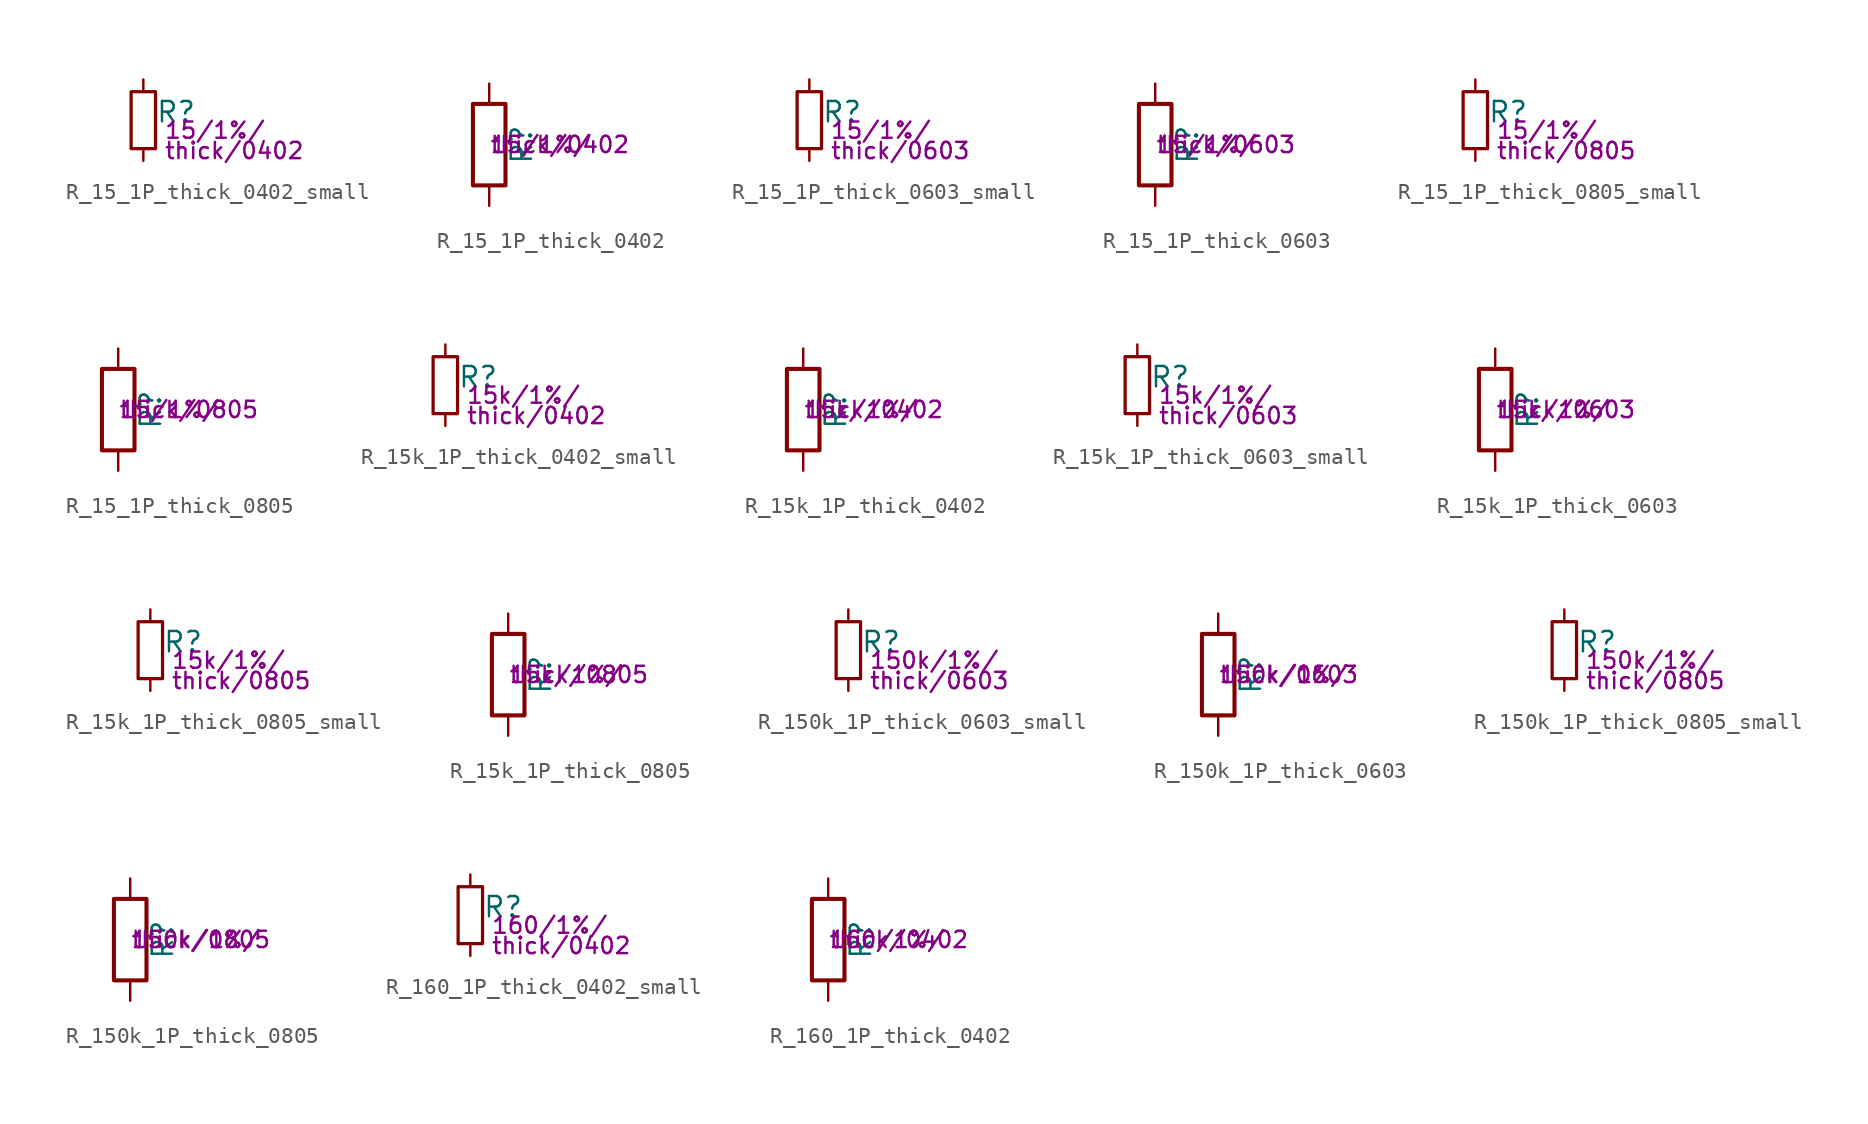
<source format=kicad_sym>
(kicad_symbol_lib
  (version 20211014)
  (generator kicad_symbol_editor)
  (symbol "R_15_1P_thick_0402_small"
    (pin_numbers hide)
    (pin_names
      (offset 0.254) hide)
    (property "Reference" "R"
      (at 0.762 0.508 0)
      (effects (font (size 1.27 1.27)) (justify left)))
    (property "Params" "15/1%/"
      (at 1.27 -0.635 0)
      (effects (font (size 1.016 1.016)) (justify left)))
    (property "Params2" "thick/0402"
      (at 1.27 -1.905 0)
      (effects (font (size 1.016 1.016)) (justify left)))
    (symbol "R_15_1P_thick_0402_small_0_1"
      (rectangle (start -0.762 1.778) (end 0.762 -1.778) (stroke (width 0.203) (type default) (color 0 0 0 0)) (fill (type none))))
    (symbol "R_15_1P_thick_0402_small_1_1"
      (pin passive line (at 0 2.54 270) (length 0.762) (name "~" (effects (font (size 1.27 1.27)))) (number "1" (effects (font (size 1.27 1.27)))))
      (pin passive line (at 0 -2.54 90) (length 0.762) (name "~" (effects (font (size 1.27 1.27)))) (number "2" (effects (font (size 1.27 1.27)))))))
  (symbol "R_15_1P_thick_0402"
    (pin_numbers hide)
    (pin_names
      (offset 0))
    (property "Reference" "R"
      (at 2.032 0 90)
      (effects (font (size 1.27 1.27))))
    (property "Params" "15/1%/"
      (at 0 0 0)
      (effects (font (size 1.016 1.016)) (justify left)))
    (property "Params2" "thick/0402"
      (at 0 0 0)
      (effects (font (size 1.016 1.016)) (justify left)))
    (symbol "R_15_1P_thick_0402_0_1"
      (rectangle (start -1.016 -2.54) (end 1.016 2.54) (stroke (width 0.254) (type default) (color 0 0 0 0)) (fill (type none))))
    (symbol "R_15_1P_thick_0402_1_1"
      (pin passive line (at 0 3.81 270) (length 1.27) (name "~" (effects (font (size 1.27 1.27)))) (number "1" (effects (font (size 1.27 1.27)))))
      (pin passive line (at 0 -3.81 90) (length 1.27) (name "~" (effects (font (size 1.27 1.27)))) (number "2" (effects (font (size 1.27 1.27)))))))
  (symbol "R_15_1P_thick_0603_small"
    (pin_numbers hide)
    (pin_names
      (offset 0.254) hide)
    (property "Reference" "R"
      (at 0.762 0.508 0)
      (effects (font (size 1.27 1.27)) (justify left)))
    (property "Params" "15/1%/"
      (at 1.27 -0.635 0)
      (effects (font (size 1.016 1.016)) (justify left)))
    (property "Params2" "thick/0603"
      (at 1.27 -1.905 0)
      (effects (font (size 1.016 1.016)) (justify left)))
    (symbol "R_15_1P_thick_0603_small_0_1"
      (rectangle (start -0.762 1.778) (end 0.762 -1.778) (stroke (width 0.203) (type default) (color 0 0 0 0)) (fill (type none))))
    (symbol "R_15_1P_thick_0603_small_1_1"
      (pin passive line (at 0 2.54 270) (length 0.762) (name "~" (effects (font (size 1.27 1.27)))) (number "1" (effects (font (size 1.27 1.27)))))
      (pin passive line (at 0 -2.54 90) (length 0.762) (name "~" (effects (font (size 1.27 1.27)))) (number "2" (effects (font (size 1.27 1.27)))))))
  (symbol "R_15_1P_thick_0603"
    (pin_numbers hide)
    (pin_names
      (offset 0))
    (property "Reference" "R"
      (at 2.032 0 90)
      (effects (font (size 1.27 1.27))))
    (property "Params" "15/1%/"
      (at 0 0 0)
      (effects (font (size 1.016 1.016)) (justify left)))
    (property "Params2" "thick/0603"
      (at 0 0 0)
      (effects (font (size 1.016 1.016)) (justify left)))
    (symbol "R_15_1P_thick_0603_0_1"
      (rectangle (start -1.016 -2.54) (end 1.016 2.54) (stroke (width 0.254) (type default) (color 0 0 0 0)) (fill (type none))))
    (symbol "R_15_1P_thick_0603_1_1"
      (pin passive line (at 0 3.81 270) (length 1.27) (name "~" (effects (font (size 1.27 1.27)))) (number "1" (effects (font (size 1.27 1.27)))))
      (pin passive line (at 0 -3.81 90) (length 1.27) (name "~" (effects (font (size 1.27 1.27)))) (number "2" (effects (font (size 1.27 1.27)))))))
  (symbol "R_15_1P_thick_0805_small"
    (pin_numbers hide)
    (pin_names
      (offset 0.254) hide)
    (property "Reference" "R"
      (at 0.762 0.508 0)
      (effects (font (size 1.27 1.27)) (justify left)))
    (property "Params" "15/1%/"
      (at 1.27 -0.635 0)
      (effects (font (size 1.016 1.016)) (justify left)))
    (property "Params2" "thick/0805"
      (at 1.27 -1.905 0)
      (effects (font (size 1.016 1.016)) (justify left)))
    (symbol "R_15_1P_thick_0805_small_0_1"
      (rectangle (start -0.762 1.778) (end 0.762 -1.778) (stroke (width 0.203) (type default) (color 0 0 0 0)) (fill (type none))))
    (symbol "R_15_1P_thick_0805_small_1_1"
      (pin passive line (at 0 2.54 270) (length 0.762) (name "~" (effects (font (size 1.27 1.27)))) (number "1" (effects (font (size 1.27 1.27)))))
      (pin passive line (at 0 -2.54 90) (length 0.762) (name "~" (effects (font (size 1.27 1.27)))) (number "2" (effects (font (size 1.27 1.27)))))))
  (symbol "R_15_1P_thick_0805"
    (pin_numbers hide)
    (pin_names
      (offset 0))
    (property "Reference" "R"
      (at 2.032 0 90)
      (effects (font (size 1.27 1.27))))
    (property "Params" "15/1%/"
      (at 0 0 0)
      (effects (font (size 1.016 1.016)) (justify left)))
    (property "Params2" "thick/0805"
      (at 0 0 0)
      (effects (font (size 1.016 1.016)) (justify left)))
    (symbol "R_15_1P_thick_0805_0_1"
      (rectangle (start -1.016 -2.54) (end 1.016 2.54) (stroke (width 0.254) (type default) (color 0 0 0 0)) (fill (type none))))
    (symbol "R_15_1P_thick_0805_1_1"
      (pin passive line (at 0 3.81 270) (length 1.27) (name "~" (effects (font (size 1.27 1.27)))) (number "1" (effects (font (size 1.27 1.27)))))
      (pin passive line (at 0 -3.81 90) (length 1.27) (name "~" (effects (font (size 1.27 1.27)))) (number "2" (effects (font (size 1.27 1.27)))))))
  (symbol "R_15k_1P_thick_0402_small"
    (pin_numbers hide)
    (pin_names
      (offset 0.254) hide)
    (property "Reference" "R"
      (at 0.762 0.508 0)
      (effects (font (size 1.27 1.27)) (justify left)))
    (property "Params" "15k/1%/"
      (at 1.27 -0.635 0)
      (effects (font (size 1.016 1.016)) (justify left)))
    (property "Params2" "thick/0402"
      (at 1.27 -1.905 0)
      (effects (font (size 1.016 1.016)) (justify left)))
    (symbol "R_15k_1P_thick_0402_small_0_1"
      (rectangle (start -0.762 1.778) (end 0.762 -1.778) (stroke (width 0.203) (type default) (color 0 0 0 0)) (fill (type none))))
    (symbol "R_15k_1P_thick_0402_small_1_1"
      (pin passive line (at 0 2.54 270) (length 0.762) (name "~" (effects (font (size 1.27 1.27)))) (number "1" (effects (font (size 1.27 1.27)))))
      (pin passive line (at 0 -2.54 90) (length 0.762) (name "~" (effects (font (size 1.27 1.27)))) (number "2" (effects (font (size 1.27 1.27)))))))
  (symbol "R_15k_1P_thick_0402"
    (pin_numbers hide)
    (pin_names
      (offset 0))
    (property "Reference" "R"
      (at 2.032 0 90)
      (effects (font (size 1.27 1.27))))
    (property "Params" "15k/1%/"
      (at 0 0 0)
      (effects (font (size 1.016 1.016)) (justify left)))
    (property "Params2" "thick/0402"
      (at 0 0 0)
      (effects (font (size 1.016 1.016)) (justify left)))
    (symbol "R_15k_1P_thick_0402_0_1"
      (rectangle (start -1.016 -2.54) (end 1.016 2.54) (stroke (width 0.254) (type default) (color 0 0 0 0)) (fill (type none))))
    (symbol "R_15k_1P_thick_0402_1_1"
      (pin passive line (at 0 3.81 270) (length 1.27) (name "~" (effects (font (size 1.27 1.27)))) (number "1" (effects (font (size 1.27 1.27)))))
      (pin passive line (at 0 -3.81 90) (length 1.27) (name "~" (effects (font (size 1.27 1.27)))) (number "2" (effects (font (size 1.27 1.27)))))))
  (symbol "R_15k_1P_thick_0603_small"
    (pin_numbers hide)
    (pin_names
      (offset 0.254) hide)
    (property "Reference" "R"
      (at 0.762 0.508 0)
      (effects (font (size 1.27 1.27)) (justify left)))
    (property "Params" "15k/1%/"
      (at 1.27 -0.635 0)
      (effects (font (size 1.016 1.016)) (justify left)))
    (property "Params2" "thick/0603"
      (at 1.27 -1.905 0)
      (effects (font (size 1.016 1.016)) (justify left)))
    (symbol "R_15k_1P_thick_0603_small_0_1"
      (rectangle (start -0.762 1.778) (end 0.762 -1.778) (stroke (width 0.203) (type default) (color 0 0 0 0)) (fill (type none))))
    (symbol "R_15k_1P_thick_0603_small_1_1"
      (pin passive line (at 0 2.54 270) (length 0.762) (name "~" (effects (font (size 1.27 1.27)))) (number "1" (effects (font (size 1.27 1.27)))))
      (pin passive line (at 0 -2.54 90) (length 0.762) (name "~" (effects (font (size 1.27 1.27)))) (number "2" (effects (font (size 1.27 1.27)))))))
  (symbol "R_15k_1P_thick_0603"
    (pin_numbers hide)
    (pin_names
      (offset 0))
    (property "Reference" "R"
      (at 2.032 0 90)
      (effects (font (size 1.27 1.27))))
    (property "Params" "15k/1%/"
      (at 0 0 0)
      (effects (font (size 1.016 1.016)) (justify left)))
    (property "Params2" "thick/0603"
      (at 0 0 0)
      (effects (font (size 1.016 1.016)) (justify left)))
    (symbol "R_15k_1P_thick_0603_0_1"
      (rectangle (start -1.016 -2.54) (end 1.016 2.54) (stroke (width 0.254) (type default) (color 0 0 0 0)) (fill (type none))))
    (symbol "R_15k_1P_thick_0603_1_1"
      (pin passive line (at 0 3.81 270) (length 1.27) (name "~" (effects (font (size 1.27 1.27)))) (number "1" (effects (font (size 1.27 1.27)))))
      (pin passive line (at 0 -3.81 90) (length 1.27) (name "~" (effects (font (size 1.27 1.27)))) (number "2" (effects (font (size 1.27 1.27)))))))
  (symbol "R_15k_1P_thick_0805_small"
    (pin_numbers hide)
    (pin_names
      (offset 0.254) hide)
    (property "Reference" "R"
      (at 0.762 0.508 0)
      (effects (font (size 1.27 1.27)) (justify left)))
    (property "Params" "15k/1%/"
      (at 1.27 -0.635 0)
      (effects (font (size 1.016 1.016)) (justify left)))
    (property "Params2" "thick/0805"
      (at 1.27 -1.905 0)
      (effects (font (size 1.016 1.016)) (justify left)))
    (symbol "R_15k_1P_thick_0805_small_0_1"
      (rectangle (start -0.762 1.778) (end 0.762 -1.778) (stroke (width 0.203) (type default) (color 0 0 0 0)) (fill (type none))))
    (symbol "R_15k_1P_thick_0805_small_1_1"
      (pin passive line (at 0 2.54 270) (length 0.762) (name "~" (effects (font (size 1.27 1.27)))) (number "1" (effects (font (size 1.27 1.27)))))
      (pin passive line (at 0 -2.54 90) (length 0.762) (name "~" (effects (font (size 1.27 1.27)))) (number "2" (effects (font (size 1.27 1.27)))))))
  (symbol "R_15k_1P_thick_0805"
    (pin_numbers hide)
    (pin_names
      (offset 0))
    (property "Reference" "R"
      (at 2.032 0 90)
      (effects (font (size 1.27 1.27))))
    (property "Params" "15k/1%/"
      (at 0 0 0)
      (effects (font (size 1.016 1.016)) (justify left)))
    (property "Params2" "thick/0805"
      (at 0 0 0)
      (effects (font (size 1.016 1.016)) (justify left)))
    (symbol "R_15k_1P_thick_0805_0_1"
      (rectangle (start -1.016 -2.54) (end 1.016 2.54) (stroke (width 0.254) (type default) (color 0 0 0 0)) (fill (type none))))
    (symbol "R_15k_1P_thick_0805_1_1"
      (pin passive line (at 0 3.81 270) (length 1.27) (name "~" (effects (font (size 1.27 1.27)))) (number "1" (effects (font (size 1.27 1.27)))))
      (pin passive line (at 0 -3.81 90) (length 1.27) (name "~" (effects (font (size 1.27 1.27)))) (number "2" (effects (font (size 1.27 1.27)))))))
  (symbol "R_150k_1P_thick_0603_small"
    (pin_numbers hide)
    (pin_names
      (offset 0.254) hide)
    (property "Reference" "R"
      (at 0.762 0.508 0)
      (effects (font (size 1.27 1.27)) (justify left)))
    (property "Params" "150k/1%/"
      (at 1.27 -0.635 0)
      (effects (font (size 1.016 1.016)) (justify left)))
    (property "Params2" "thick/0603"
      (at 1.27 -1.905 0)
      (effects (font (size 1.016 1.016)) (justify left)))
    (symbol "R_150k_1P_thick_0603_small_0_1"
      (rectangle (start -0.762 1.778) (end 0.762 -1.778) (stroke (width 0.203) (type default) (color 0 0 0 0)) (fill (type none))))
    (symbol "R_150k_1P_thick_0603_small_1_1"
      (pin passive line (at 0 2.54 270) (length 0.762) (name "~" (effects (font (size 1.27 1.27)))) (number "1" (effects (font (size 1.27 1.27)))))
      (pin passive line (at 0 -2.54 90) (length 0.762) (name "~" (effects (font (size 1.27 1.27)))) (number "2" (effects (font (size 1.27 1.27)))))))
  (symbol "R_150k_1P_thick_0603"
    (pin_numbers hide)
    (pin_names
      (offset 0))
    (property "Reference" "R"
      (at 2.032 0 90)
      (effects (font (size 1.27 1.27))))
    (property "Params" "150k/1%/"
      (at 0 0 0)
      (effects (font (size 1.016 1.016)) (justify left)))
    (property "Params2" "thick/0603"
      (at 0 0 0)
      (effects (font (size 1.016 1.016)) (justify left)))
    (symbol "R_150k_1P_thick_0603_0_1"
      (rectangle (start -1.016 -2.54) (end 1.016 2.54) (stroke (width 0.254) (type default) (color 0 0 0 0)) (fill (type none))))
    (symbol "R_150k_1P_thick_0603_1_1"
      (pin passive line (at 0 3.81 270) (length 1.27) (name "~" (effects (font (size 1.27 1.27)))) (number "1" (effects (font (size 1.27 1.27)))))
      (pin passive line (at 0 -3.81 90) (length 1.27) (name "~" (effects (font (size 1.27 1.27)))) (number "2" (effects (font (size 1.27 1.27)))))))
  (symbol "R_150k_1P_thick_0805_small"
    (pin_numbers hide)
    (pin_names
      (offset 0.254) hide)
    (property "Reference" "R"
      (at 0.762 0.508 0)
      (effects (font (size 1.27 1.27)) (justify left)))
    (property "Params" "150k/1%/"
      (at 1.27 -0.635 0)
      (effects (font (size 1.016 1.016)) (justify left)))
    (property "Params2" "thick/0805"
      (at 1.27 -1.905 0)
      (effects (font (size 1.016 1.016)) (justify left)))
    (symbol "R_150k_1P_thick_0805_small_0_1"
      (rectangle (start -0.762 1.778) (end 0.762 -1.778) (stroke (width 0.203) (type default) (color 0 0 0 0)) (fill (type none))))
    (symbol "R_150k_1P_thick_0805_small_1_1"
      (pin passive line (at 0 2.54 270) (length 0.762) (name "~" (effects (font (size 1.27 1.27)))) (number "1" (effects (font (size 1.27 1.27)))))
      (pin passive line (at 0 -2.54 90) (length 0.762) (name "~" (effects (font (size 1.27 1.27)))) (number "2" (effects (font (size 1.27 1.27)))))))
  (symbol "R_150k_1P_thick_0805"
    (pin_numbers hide)
    (pin_names
      (offset 0))
    (property "Reference" "R"
      (at 2.032 0 90)
      (effects (font (size 1.27 1.27))))
    (property "Params" "150k/1%/"
      (at 0 0 0)
      (effects (font (size 1.016 1.016)) (justify left)))
    (property "Params2" "thick/0805"
      (at 0 0 0)
      (effects (font (size 1.016 1.016)) (justify left)))
    (symbol "R_150k_1P_thick_0805_0_1"
      (rectangle (start -1.016 -2.54) (end 1.016 2.54) (stroke (width 0.254) (type default) (color 0 0 0 0)) (fill (type none))))
    (symbol "R_150k_1P_thick_0805_1_1"
      (pin passive line (at 0 3.81 270) (length 1.27) (name "~" (effects (font (size 1.27 1.27)))) (number "1" (effects (font (size 1.27 1.27)))))
      (pin passive line (at 0 -3.81 90) (length 1.27) (name "~" (effects (font (size 1.27 1.27)))) (number "2" (effects (font (size 1.27 1.27)))))))
  (symbol "R_160_1P_thick_0402_small"
    (pin_numbers hide)
    (pin_names
      (offset 0.254) hide)
    (property "Reference" "R"
      (at 0.762 0.508 0)
      (effects (font (size 1.27 1.27)) (justify left)))
    (property "Params" "160/1%/"
      (at 1.27 -0.635 0)
      (effects (font (size 1.016 1.016)) (justify left)))
    (property "Params2" "thick/0402"
      (at 1.27 -1.905 0)
      (effects (font (size 1.016 1.016)) (justify left)))
    (symbol "R_160_1P_thick_0402_small_0_1"
      (rectangle (start -0.762 1.778) (end 0.762 -1.778) (stroke (width 0.203) (type default) (color 0 0 0 0)) (fill (type none))))
    (symbol "R_160_1P_thick_0402_small_1_1"
      (pin passive line (at 0 2.54 270) (length 0.762) (name "~" (effects (font (size 1.27 1.27)))) (number "1" (effects (font (size 1.27 1.27)))))
      (pin passive line (at 0 -2.54 90) (length 0.762) (name "~" (effects (font (size 1.27 1.27)))) (number "2" (effects (font (size 1.27 1.27)))))))
  (symbol "R_160_1P_thick_0402"
    (pin_numbers hide)
    (pin_names
      (offset 0))
    (property "Reference" "R"
      (at 2.032 0 90)
      (effects (font (size 1.27 1.27))))
    (property "Params" "160/1%/"
      (at 0 0 0)
      (effects (font (size 1.016 1.016)) (justify left)))
    (property "Params2" "thick/0402"
      (at 0 0 0)
      (effects (font (size 1.016 1.016)) (justify left)))
    (symbol "R_160_1P_thick_0402_0_1"
      (rectangle (start -1.016 -2.54) (end 1.016 2.54) (stroke (width 0.254) (type default) (color 0 0 0 0)) (fill (type none))))
    (symbol "R_160_1P_thick_0402_1_1"
      (pin passive line (at 0 3.81 270) (length 1.27) (name "~" (effects (font (size 1.27 1.27)))) (number "1" (effects (font (size 1.27 1.27)))))
      (pin passive line (at 0 -3.81 90) (length 1.27) (name "~" (effects (font (size 1.27 1.27)))) (number "2" (effects (font (size 1.27 1.27))))))))
</source>
